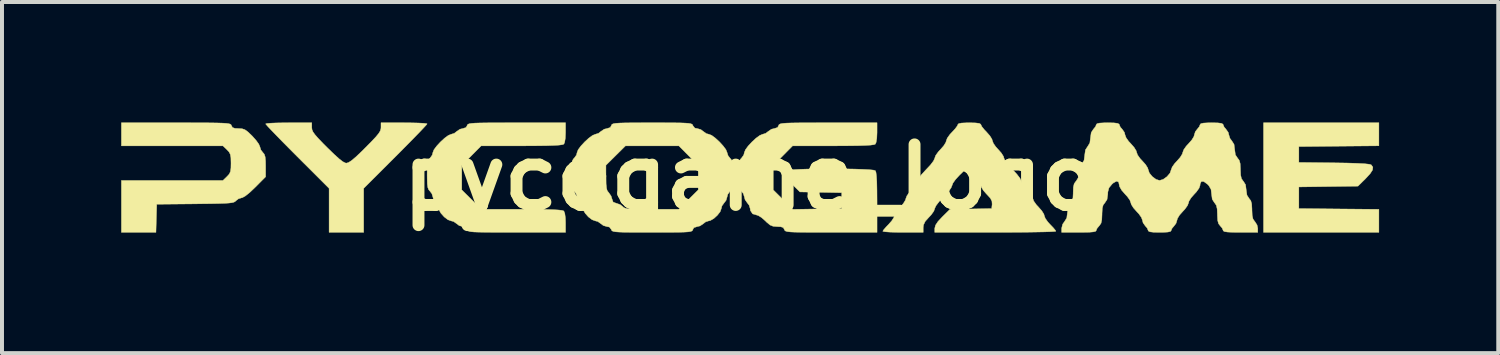
<source format=kicad_pcb>
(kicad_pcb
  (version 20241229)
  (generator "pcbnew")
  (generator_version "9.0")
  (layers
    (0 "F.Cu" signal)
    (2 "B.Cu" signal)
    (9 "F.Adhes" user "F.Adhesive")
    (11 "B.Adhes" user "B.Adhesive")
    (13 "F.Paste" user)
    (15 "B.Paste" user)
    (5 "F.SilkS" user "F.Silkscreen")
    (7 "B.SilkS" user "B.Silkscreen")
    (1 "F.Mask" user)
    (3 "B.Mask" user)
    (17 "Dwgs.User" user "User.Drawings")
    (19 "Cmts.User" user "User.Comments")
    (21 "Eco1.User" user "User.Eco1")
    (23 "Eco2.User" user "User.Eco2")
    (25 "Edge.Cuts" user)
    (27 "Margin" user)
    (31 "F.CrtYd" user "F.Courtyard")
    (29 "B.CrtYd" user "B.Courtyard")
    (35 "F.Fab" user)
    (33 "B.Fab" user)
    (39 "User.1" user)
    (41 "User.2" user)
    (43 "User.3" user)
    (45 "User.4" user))
  (footprint "pycogame_logo"
    (layer "F.Cu")
    (at 15.826 1.418)
    (property "Reference" "pycogame_logo" (at 0 0 0) (layer "F.SilkS") (effects (font (size 1.524 1.524) (thickness 0.3))))
    (attr through_hole)
    (fp_poly (pts (xy 15.821 -0.799) (xy 14.814 -0.79) (xy 13.807 -0.78) (xy 13.807 -0.381) (xy 14.693 -0.371) (xy 15.014 -0.366) (xy 15.271 -0.358) (xy 15.46 -0.348) (xy 15.579 -0.335) (xy 15.627 -0.321) (xy 15.669 -0.263) (xy 15.661 -0.191) (xy 15.599 -0.096) (xy 15.485 0.028) (xy 15.294 0.216) (xy 14.55 0.226) (xy 13.807 0.236) (xy 13.807 0.78) (xy 14.814 0.79) (xy 15.821 0.799) (xy 15.821 1.379) (xy 12.918 1.379) (xy 12.918 -1.379) (xy 15.821 -1.379) (xy 15.821 -0.799)) (stroke (width 0.01) (type solid)) (fill yes) (layer "F.SilkS"))
    (fp_poly (pts (xy -11.031 -1.26) (xy -11.025 -1.208) (xy -11.001 -1.151) (xy -10.952 -1.082) (xy -10.871 -0.989) (xy -10.75 -0.862) (xy -10.64 -0.752) (xy -10.471 -0.588) (xy -10.343 -0.472) (xy -10.25 -0.4) (xy -10.184 -0.367) (xy -10.159 -0.363) (xy -10.105 -0.379) (xy -10.027 -0.43) (xy -9.918 -0.522) (xy -9.772 -0.661) (xy -9.679 -0.754) (xy -9.526 -0.909) (xy -9.418 -1.024) (xy -9.348 -1.109) (xy -9.308 -1.174) (xy -9.292 -1.228) (xy -9.289 -1.262) (xy -9.289 -1.379) (xy -8.709 -1.379) (xy -8.513 -1.377) (xy -8.345 -1.373) (xy -8.217 -1.366) (xy -8.143 -1.357) (xy -8.128 -1.351) (xy -8.153 -1.32) (xy -8.223 -1.244) (xy -8.332 -1.129) (xy -8.474 -0.983) (xy -8.643 -0.811) (xy -8.832 -0.62) (xy -8.926 -0.526) (xy -9.725 0.272) (xy -9.725 1.379) (xy -10.595 1.379) (xy -10.595 0.272) (xy -11.394 -0.526) (xy -11.591 -0.724) (xy -11.77 -0.905) (xy -11.925 -1.064) (xy -12.051 -1.195) (xy -12.14 -1.289) (xy -12.186 -1.343) (xy -12.192 -1.351) (xy -12.158 -1.361) (xy -12.063 -1.369) (xy -11.92 -1.375) (xy -11.741 -1.378) (xy -11.611 -1.379) (xy -11.031 -1.379) (xy -11.031 -1.26)) (stroke (width 0.01) (type solid)) (fill yes) (layer "F.SilkS"))
    (fp_poly (pts (xy -14.094 -1.379) (xy -13.808 -1.378) (xy -13.58 -1.377) (xy -13.405 -1.374) (xy -13.274 -1.37) (xy -13.182 -1.364) (xy -13.121 -1.356) (xy -13.084 -1.345) (xy -13.064 -1.332) (xy -13.055 -1.315) (xy -13.052 -1.306) (xy -13.025 -1.259) (xy -12.964 -1.238) (xy -12.875 -1.234) (xy -12.786 -1.229) (xy -12.716 -1.206) (xy -12.642 -1.153) (xy -12.543 -1.059) (xy -12.526 -1.042) (xy -12.433 -0.937) (xy -12.365 -0.843) (xy -12.337 -0.779) (xy -12.337 -0.776) (xy -12.311 -0.695) (xy -12.265 -0.635) (xy -12.226 -0.588) (xy -12.204 -0.521) (xy -12.194 -0.415) (xy -12.192 -0.295) (xy -12.192 -0.02) (xy -12.454 0.244) (xy -12.591 0.374) (xy -12.702 0.463) (xy -12.779 0.506) (xy -12.793 0.508) (xy -12.876 0.534) (xy -12.935 0.58) (xy -12.959 0.602) (xy -12.99 0.619) (xy -13.039 0.632) (xy -13.114 0.641) (xy -13.223 0.648) (xy -13.376 0.653) (xy -13.58 0.657) (xy -13.845 0.66) (xy -13.966 0.662) (xy -14.932 0.671) (xy -14.952 1.379) (xy -15.821 1.379) (xy -15.821 0.073) (xy -13.266 0.073) (xy -13.165 -0.025) (xy -13.109 -0.086) (xy -13.078 -0.15) (xy -13.065 -0.241) (xy -13.063 -0.363) (xy -13.066 -0.498) (xy -13.081 -0.584) (xy -13.114 -0.647) (xy -13.165 -0.701) (xy -13.266 -0.798) (xy -15.821 -0.798) (xy -15.821 -1.379) (xy -14.446 -1.379) (xy -14.094 -1.379)) (stroke (width 0.01) (type solid)) (fill yes) (layer "F.SilkS"))
    (fp_poly (pts (xy -4.645 -1.132) (xy -4.651 -0.991) (xy -4.668 -0.887) (xy -4.688 -0.842) (xy -4.725 -0.828) (xy -4.807 -0.817) (xy -4.94 -0.809) (xy -5.129 -0.803) (xy -5.379 -0.8) (xy -5.696 -0.798) (xy -5.75 -0.798) (xy -6.769 -0.798) (xy -7.013 -0.552) (xy -7.257 -0.307) (xy -7.257 0.31) (xy -6.765 0.798) (xy -5.749 0.798) (xy -5.421 0.799) (xy -5.162 0.802) (xy -4.964 0.808) (xy -4.823 0.816) (xy -4.734 0.826) (xy -4.691 0.84) (xy -4.688 0.842) (xy -4.664 0.902) (xy -4.649 1.014) (xy -4.645 1.132) (xy -4.645 1.379) (xy -5.874 1.379) (xy -6.205 1.379) (xy -6.471 1.378) (xy -6.678 1.376) (xy -6.836 1.373) (xy -6.949 1.369) (xy -7.027 1.362) (xy -7.076 1.352) (xy -7.103 1.339) (xy -7.117 1.323) (xy -7.123 1.306) (xy -7.171 1.245) (xy -7.23 1.234) (xy -7.322 1.208) (xy -7.384 1.161) (xy -7.462 1.106) (xy -7.528 1.089) (xy -7.607 1.06) (xy -7.698 0.99) (xy -7.78 0.899) (xy -7.831 0.81) (xy -7.838 0.775) (xy -7.863 0.695) (xy -7.91 0.635) (xy -7.966 0.556) (xy -7.983 0.49) (xy -8.009 0.406) (xy -8.055 0.345) (xy -8.09 0.305) (xy -8.111 0.249) (xy -8.123 0.163) (xy -8.127 0.028) (xy -8.128 -0.073) (xy -8.126 -0.24) (xy -8.119 -0.351) (xy -8.103 -0.422) (xy -8.076 -0.469) (xy -8.055 -0.49) (xy -8 -0.567) (xy -7.983 -0.633) (xy -7.956 -0.701) (xy -7.887 -0.794) (xy -7.793 -0.896) (xy -7.69 -0.991) (xy -7.596 -1.06) (xy -7.526 -1.089) (xy -7.525 -1.089) (xy -7.444 -1.114) (xy -7.384 -1.161) (xy -7.302 -1.217) (xy -7.23 -1.234) (xy -7.149 -1.26) (xy -7.123 -1.306) (xy -7.115 -1.326) (xy -7.1 -1.341) (xy -7.069 -1.354) (xy -7.016 -1.363) (xy -6.932 -1.37) (xy -6.812 -1.374) (xy -6.646 -1.377) (xy -6.429 -1.378) (xy -6.153 -1.379) (xy -5.874 -1.379) (xy -4.645 -1.379) (xy -4.645 -1.132)) (stroke (width 0.01) (type solid)) (fill yes) (layer "F.SilkS"))
    (fp_poly (pts (xy 3.193 -1.132) (xy 3.187 -0.991) (xy 3.17 -0.887) (xy 3.15 -0.842) (xy 3.113 -0.828) (xy 3.031 -0.817) (xy 2.898 -0.809) (xy 2.709 -0.803) (xy 2.458 -0.8) (xy 2.141 -0.798) (xy 2.087 -0.798) (xy 1.068 -0.798) (xy 0.825 -0.552) (xy 0.581 -0.307) (xy 0.581 0.31) (xy 0.827 0.555) (xy 1.074 0.8) (xy 1.689 0.79) (xy 2.304 0.78) (xy 2.304 0.381) (xy 1.778 0.371) (xy 1.252 0.361) (xy 1.061 0.173) (xy 0.947 0.05) (xy 0.886 -0.042) (xy 0.877 -0.112) (xy 0.913 -0.172) (xy 0.914 -0.174) (xy 0.963 -0.187) (xy 1.073 -0.198) (xy 1.234 -0.207) (xy 1.433 -0.214) (xy 1.661 -0.218) (xy 1.905 -0.221) (xy 2.155 -0.221) (xy 2.399 -0.218) (xy 2.627 -0.214) (xy 2.827 -0.207) (xy 2.988 -0.199) (xy 3.099 -0.188) (xy 3.149 -0.174) (xy 3.15 -0.174) (xy 3.166 -0.132) (xy 3.178 -0.038) (xy 3.187 0.112) (xy 3.191 0.324) (xy 3.193 0.603) (xy 3.193 0.624) (xy 3.193 1.379) (xy 2.036 1.379) (xy 1.716 1.379) (xy 1.461 1.378) (xy 1.264 1.376) (xy 1.116 1.373) (xy 1.011 1.368) (xy 0.941 1.36) (xy 0.898 1.349) (xy 0.875 1.335) (xy 0.864 1.317) (xy 0.86 1.306) (xy 0.833 1.259) (xy 0.772 1.238) (xy 0.682 1.234) (xy 0.579 1.226) (xy 0.5 1.194) (xy 0.416 1.124) (xy 0.381 1.089) (xy 0.289 1.008) (xy 0.204 0.955) (xy 0.163 0.943) (xy 0.062 0.913) (xy 0.007 0.831) (xy 0 0.779) (xy -0.026 0.696) (xy -0.073 0.635) (xy -0.128 0.556) (xy -0.145 0.49) (xy -0.171 0.406) (xy -0.218 0.345) (xy -0.252 0.305) (xy -0.274 0.249) (xy -0.285 0.163) (xy -0.29 0.028) (xy -0.29 -0.073) (xy -0.288 -0.24) (xy -0.281 -0.351) (xy -0.265 -0.422) (xy -0.238 -0.469) (xy -0.218 -0.49) (xy -0.162 -0.567) (xy -0.145 -0.633) (xy -0.118 -0.701) (xy -0.05 -0.794) (xy 0.045 -0.896) (xy 0.147 -0.991) (xy 0.242 -1.06) (xy 0.311 -1.089) (xy 0.313 -1.089) (xy 0.393 -1.114) (xy 0.454 -1.161) (xy 0.536 -1.217) (xy 0.608 -1.234) (xy 0.689 -1.26) (xy 0.715 -1.306) (xy 0.722 -1.326) (xy 0.738 -1.341) (xy 0.769 -1.354) (xy 0.822 -1.363) (xy 0.905 -1.37) (xy 1.026 -1.374) (xy 1.191 -1.377) (xy 1.409 -1.378) (xy 1.685 -1.379) (xy 1.964 -1.379) (xy 3.193 -1.379) (xy 3.193 -1.132)) (stroke (width 0.01) (type solid)) (fill yes) (layer "F.SilkS"))
    (fp_poly (pts (xy 5.671 -1.375) (xy 5.764 -1.364) (xy 5.803 -1.342) (xy 5.806 -1.332) (xy 5.83 -1.282) (xy 5.893 -1.204) (xy 5.951 -1.143) (xy 6.032 -1.051) (xy 6.084 -0.966) (xy 6.096 -0.925) (xy 6.121 -0.859) (xy 6.185 -0.769) (xy 6.241 -0.708) (xy 6.322 -0.616) (xy 6.375 -0.531) (xy 6.386 -0.49) (xy 6.412 -0.427) (xy 6.483 -0.331) (xy 6.588 -0.216) (xy 6.604 -0.2) (xy 6.713 -0.083) (xy 6.789 0.017) (xy 6.821 0.085) (xy 6.822 0.091) (xy 6.847 0.158) (xy 6.91 0.247) (xy 6.967 0.308) (xy 7.048 0.4) (xy 7.1 0.485) (xy 7.112 0.526) (xy 7.137 0.593) (xy 7.201 0.683) (xy 7.257 0.744) (xy 7.338 0.836) (xy 7.391 0.921) (xy 7.402 0.962) (xy 7.427 1.028) (xy 7.491 1.118) (xy 7.547 1.179) (xy 7.627 1.262) (xy 7.68 1.326) (xy 7.693 1.35) (xy 7.658 1.356) (xy 7.557 1.362) (xy 7.4 1.367) (xy 7.192 1.371) (xy 6.942 1.375) (xy 6.656 1.377) (xy 6.343 1.379) (xy 6.169 1.379) (xy 4.645 1.379) (xy 4.645 1.278) (xy 4.664 1.2) (xy 4.726 1.106) (xy 4.835 0.989) (xy 5.026 0.8) (xy 5.552 0.79) (xy 6.078 0.78) (xy 6.089 0.671) (xy 6.083 0.593) (xy 6.042 0.516) (xy 5.954 0.42) (xy 5.952 0.419) (xy 5.871 0.327) (xy 5.818 0.242) (xy 5.806 0.2) (xy 5.78 0.136) (xy 5.713 0.042) (xy 5.624 -0.054) (xy 5.443 -0.233) (xy 5.261 -0.054) (xy 5.168 0.048) (xy 5.103 0.139) (xy 5.08 0.199) (xy 5.054 0.262) (xy 4.984 0.358) (xy 4.88 0.472) (xy 4.862 0.49) (xy 4.754 0.606) (xy 4.678 0.706) (xy 4.645 0.775) (xy 4.645 0.781) (xy 4.62 0.847) (xy 4.556 0.937) (xy 4.499 0.998) (xy 4.406 1.101) (xy 4.363 1.19) (xy 4.354 1.259) (xy 4.354 1.379) (xy 3.846 1.379) (xy 3.664 1.377) (xy 3.51 1.372) (xy 3.399 1.364) (xy 3.343 1.354) (xy 3.338 1.35) (xy 3.362 1.311) (xy 3.424 1.24) (xy 3.483 1.179) (xy 3.564 1.087) (xy 3.617 1.002) (xy 3.629 0.962) (xy 3.653 0.895) (xy 3.717 0.805) (xy 3.774 0.744) (xy 3.855 0.652) (xy 3.907 0.567) (xy 3.919 0.526) (xy 3.944 0.46) (xy 4.008 0.37) (xy 4.064 0.308) (xy 4.145 0.216) (xy 4.198 0.132) (xy 4.209 0.091) (xy 4.235 0.028) (xy 4.306 -0.068) (xy 4.411 -0.183) (xy 4.427 -0.2) (xy 4.536 -0.316) (xy 4.612 -0.416) (xy 4.644 -0.484) (xy 4.645 -0.49) (xy 4.669 -0.557) (xy 4.733 -0.646) (xy 4.79 -0.708) (xy 4.871 -0.8) (xy 4.923 -0.884) (xy 4.935 -0.925) (xy 4.96 -0.992) (xy 5.024 -1.082) (xy 5.08 -1.143) (xy 5.16 -1.229) (xy 5.213 -1.301) (xy 5.225 -1.332) (xy 5.247 -1.357) (xy 5.319 -1.372) (xy 5.45 -1.378) (xy 5.515 -1.379) (xy 5.671 -1.375)) (stroke (width 0.01) (type solid)) (fill yes) (layer "F.SilkS"))
    (fp_poly (pts (xy -2.171 -1.379) (xy -1.939 -1.378) (xy -1.763 -1.376) (xy -1.636 -1.371) (xy -1.549 -1.365) (xy -1.494 -1.355) (xy -1.463 -1.342) (xy -1.447 -1.325) (xy -1.441 -1.306) (xy -1.392 -1.245) (xy -1.333 -1.234) (xy -1.242 -1.208) (xy -1.179 -1.161) (xy -1.102 -1.106) (xy -1.036 -1.089) (xy -0.968 -1.062) (xy -0.875 -0.993) (xy -0.773 -0.899) (xy -0.679 -0.796) (xy -0.609 -0.702) (xy -0.581 -0.632) (xy -0.581 -0.63) (xy -0.555 -0.55) (xy -0.508 -0.49) (xy -0.474 -0.45) (xy -0.452 -0.395) (xy -0.441 -0.308) (xy -0.436 -0.174) (xy -0.435 -0.073) (xy -0.437 0.095) (xy -0.445 0.206) (xy -0.46 0.277) (xy -0.487 0.323) (xy -0.508 0.345) (xy -0.563 0.423) (xy -0.581 0.49) (xy -0.606 0.574) (xy -0.653 0.635) (xy -0.709 0.713) (xy -0.726 0.779) (xy -0.754 0.858) (xy -0.825 0.949) (xy -0.915 1.031) (xy -1.004 1.082) (xy -1.039 1.089) (xy -1.119 1.114) (xy -1.179 1.161) (xy -1.262 1.217) (xy -1.333 1.234) (xy -1.415 1.26) (xy -1.441 1.306) (xy -1.449 1.328) (xy -1.466 1.344) (xy -1.5 1.357) (xy -1.56 1.366) (xy -1.653 1.372) (xy -1.787 1.376) (xy -1.971 1.378) (xy -2.213 1.379) (xy -2.467 1.379) (xy -2.764 1.379) (xy -2.996 1.378) (xy -3.172 1.376) (xy -3.299 1.371) (xy -3.386 1.365) (xy -3.441 1.355) (xy -3.472 1.342) (xy -3.488 1.325) (xy -3.494 1.306) (xy -3.542 1.245) (xy -3.601 1.234) (xy -3.693 1.208) (xy -3.756 1.161) (xy -3.834 1.106) (xy -3.899 1.089) (xy -3.978 1.06) (xy -4.07 0.99) (xy -4.151 0.899) (xy -4.202 0.81) (xy -4.209 0.775) (xy -4.235 0.695) (xy -4.282 0.635) (xy -4.337 0.556) (xy -4.354 0.49) (xy -4.38 0.406) (xy -4.427 0.345) (xy -4.461 0.305) (xy -4.483 0.249) (xy -4.494 0.163) (xy -4.499 0.028) (xy -4.499 -0.073) (xy -4.498 -0.24) (xy -4.493 -0.31) (xy -3.629 -0.31) (xy -3.629 0.002) (xy -3.626 0.161) (xy -3.616 0.265) (xy -3.596 0.33) (xy -3.563 0.375) (xy -3.558 0.379) (xy -3.499 0.465) (xy -3.476 0.539) (xy -3.448 0.616) (xy -3.375 0.645) (xy -3.369 0.646) (xy -3.27 0.681) (xy -3.209 0.728) (xy -3.182 0.753) (xy -3.144 0.771) (xy -3.085 0.784) (xy -2.994 0.792) (xy -2.86 0.796) (xy -2.674 0.798) (xy -2.472 0.798) (xy -1.798 0.798) (xy -1.306 0.31) (xy -1.306 -0.307) (xy -1.55 -0.552) (xy -1.794 -0.798) (xy -3.137 -0.798) (xy -3.383 -0.554) (xy -3.629 -0.31) (xy -4.493 -0.31) (xy -4.49 -0.351) (xy -4.474 -0.422) (xy -4.448 -0.469) (xy -4.427 -0.49) (xy -4.371 -0.567) (xy -4.354 -0.633) (xy -4.328 -0.701) (xy -4.259 -0.794) (xy -4.165 -0.896) (xy -4.062 -0.991) (xy -3.967 -1.06) (xy -3.898 -1.089) (xy -3.896 -1.089) (xy -3.816 -1.114) (xy -3.756 -1.161) (xy -3.673 -1.217) (xy -3.601 -1.234) (xy -3.52 -1.26) (xy -3.494 -1.306) (xy -3.486 -1.328) (xy -3.469 -1.344) (xy -3.434 -1.357) (xy -3.375 -1.366) (xy -3.282 -1.372) (xy -3.148 -1.376) (xy -2.964 -1.378) (xy -2.722 -1.379) (xy -2.467 -1.379) (xy -2.171 -1.379)) (stroke (width 0.01) (type solid)) (fill yes) (layer "F.SilkS"))
    (fp_poly (pts (xy 11.765 -1.376) (xy 11.856 -1.365) (xy 11.897 -1.344) (xy 11.902 -1.33) (xy 11.927 -1.271) (xy 11.974 -1.216) (xy 12.03 -1.137) (xy 12.047 -1.07) (xy 12.073 -0.986) (xy 12.119 -0.925) (xy 12.176 -0.836) (xy 12.192 -0.708) (xy 12.21 -0.573) (xy 12.265 -0.49) (xy 12.307 -0.434) (xy 12.33 -0.353) (xy 12.337 -0.224) (xy 12.337 -0.2) (xy 12.343 -0.062) (xy 12.362 0.025) (xy 12.402 0.083) (xy 12.41 0.091) (xy 12.466 0.18) (xy 12.482 0.308) (xy 12.501 0.443) (xy 12.555 0.526) (xy 12.598 0.582) (xy 12.62 0.663) (xy 12.627 0.792) (xy 12.627 0.816) (xy 12.633 0.954) (xy 12.653 1.041) (xy 12.692 1.099) (xy 12.7 1.107) (xy 12.755 1.193) (xy 12.773 1.276) (xy 12.773 1.379) (xy 12.337 1.379) (xy 12.145 1.377) (xy 12.016 1.371) (xy 11.939 1.36) (xy 11.906 1.342) (xy 11.902 1.33) (xy 11.877 1.271) (xy 11.829 1.216) (xy 11.786 1.16) (xy 11.764 1.079) (xy 11.757 0.95) (xy 11.757 0.925) (xy 11.751 0.788) (xy 11.731 0.7) (xy 11.692 0.642) (xy 11.684 0.635) (xy 11.627 0.544) (xy 11.611 0.418) (xy 11.597 0.298) (xy 11.543 0.205) (xy 11.506 0.166) (xy 11.415 0.1) (xy 11.354 0.097) (xy 11.323 0.158) (xy 11.321 0.194) (xy 11.295 0.268) (xy 11.225 0.365) (xy 11.176 0.417) (xy 11.095 0.509) (xy 11.042 0.594) (xy 11.031 0.635) (xy 11.006 0.702) (xy 10.942 0.792) (xy 10.886 0.853) (xy 10.804 0.945) (xy 10.752 1.031) (xy 10.741 1.072) (xy 10.715 1.155) (xy 10.668 1.216) (xy 10.613 1.282) (xy 10.595 1.33) (xy 10.576 1.356) (xy 10.511 1.371) (xy 10.39 1.378) (xy 10.305 1.379) (xy 10.152 1.376) (xy 10.06 1.365) (xy 10.019 1.344) (xy 10.015 1.33) (xy 9.99 1.271) (xy 9.942 1.216) (xy 9.887 1.138) (xy 9.87 1.072) (xy 9.845 1.004) (xy 9.781 0.913) (xy 9.725 0.853) (xy 9.644 0.761) (xy 9.591 0.676) (xy 9.579 0.635) (xy 9.555 0.568) (xy 9.491 0.478) (xy 9.434 0.417) (xy 9.348 0.318) (xy 9.297 0.229) (xy 9.289 0.194) (xy 9.271 0.111) (xy 9.22 0.091) (xy 9.14 0.135) (xy 9.105 0.166) (xy 9.029 0.259) (xy 9.001 0.363) (xy 8.999 0.418) (xy 8.98 0.553) (xy 8.926 0.635) (xy 8.883 0.691) (xy 8.861 0.772) (xy 8.854 0.901) (xy 8.854 0.925) (xy 8.848 1.063) (xy 8.829 1.15) (xy 8.789 1.208) (xy 8.781 1.216) (xy 8.727 1.282) (xy 8.709 1.33) (xy 8.693 1.352) (xy 8.639 1.366) (xy 8.538 1.375) (xy 8.379 1.378) (xy 8.273 1.379) (xy 7.838 1.379) (xy 7.838 1.276) (xy 7.863 1.174) (xy 7.91 1.107) (xy 7.967 1.017) (xy 7.983 0.889) (xy 8.001 0.754) (xy 8.055 0.671) (xy 8.098 0.616) (xy 8.121 0.534) (xy 8.128 0.405) (xy 8.128 0.381) (xy 8.133 0.243) (xy 8.153 0.156) (xy 8.193 0.098) (xy 8.201 0.091) (xy 8.257 0.001) (xy 8.273 -0.127) (xy 8.292 -0.262) (xy 8.346 -0.345) (xy 8.402 -0.434) (xy 8.418 -0.562) (xy 8.437 -0.697) (xy 8.491 -0.78) (xy 8.547 -0.87) (xy 8.563 -0.998) (xy 8.582 -1.132) (xy 8.636 -1.216) (xy 8.691 -1.282) (xy 8.709 -1.33) (xy 8.728 -1.356) (xy 8.793 -1.371) (xy 8.914 -1.378) (xy 8.999 -1.379) (xy 9.152 -1.376) (xy 9.244 -1.365) (xy 9.285 -1.344) (xy 9.289 -1.33) (xy 9.314 -1.271) (xy 9.362 -1.216) (xy 9.417 -1.138) (xy 9.434 -1.072) (xy 9.459 -1.004) (xy 9.523 -0.913) (xy 9.579 -0.853) (xy 9.66 -0.761) (xy 9.713 -0.676) (xy 9.725 -0.635) (xy 9.749 -0.568) (xy 9.813 -0.478) (xy 9.87 -0.417) (xy 9.951 -0.326) (xy 10.003 -0.243) (xy 10.015 -0.203) (xy 10.045 -0.115) (xy 10.119 -0.025) (xy 10.213 0.045) (xy 10.301 0.073) (xy 10.394 0.045) (xy 10.49 -0.024) (xy 10.565 -0.113) (xy 10.595 -0.199) (xy 10.62 -0.266) (xy 10.684 -0.356) (xy 10.741 -0.417) (xy 10.822 -0.509) (xy 10.874 -0.594) (xy 10.886 -0.635) (xy 10.911 -0.702) (xy 10.974 -0.792) (xy 11.031 -0.853) (xy 11.112 -0.945) (xy 11.165 -1.031) (xy 11.176 -1.072) (xy 11.202 -1.155) (xy 11.249 -1.216) (xy 11.303 -1.282) (xy 11.321 -1.33) (xy 11.34 -1.356) (xy 11.405 -1.371) (xy 11.526 -1.378) (xy 11.611 -1.379) (xy 11.765 -1.376)) (stroke (width 0.01) (type solid)) (fill yes) (layer "F.SilkS")))
  (gr_rect
    (start -3 -3)
    (end 34.651 5.836)
    (stroke (width 0.1) (type default))
    (fill no)
    (layer "Edge.Cuts")))
</source>
